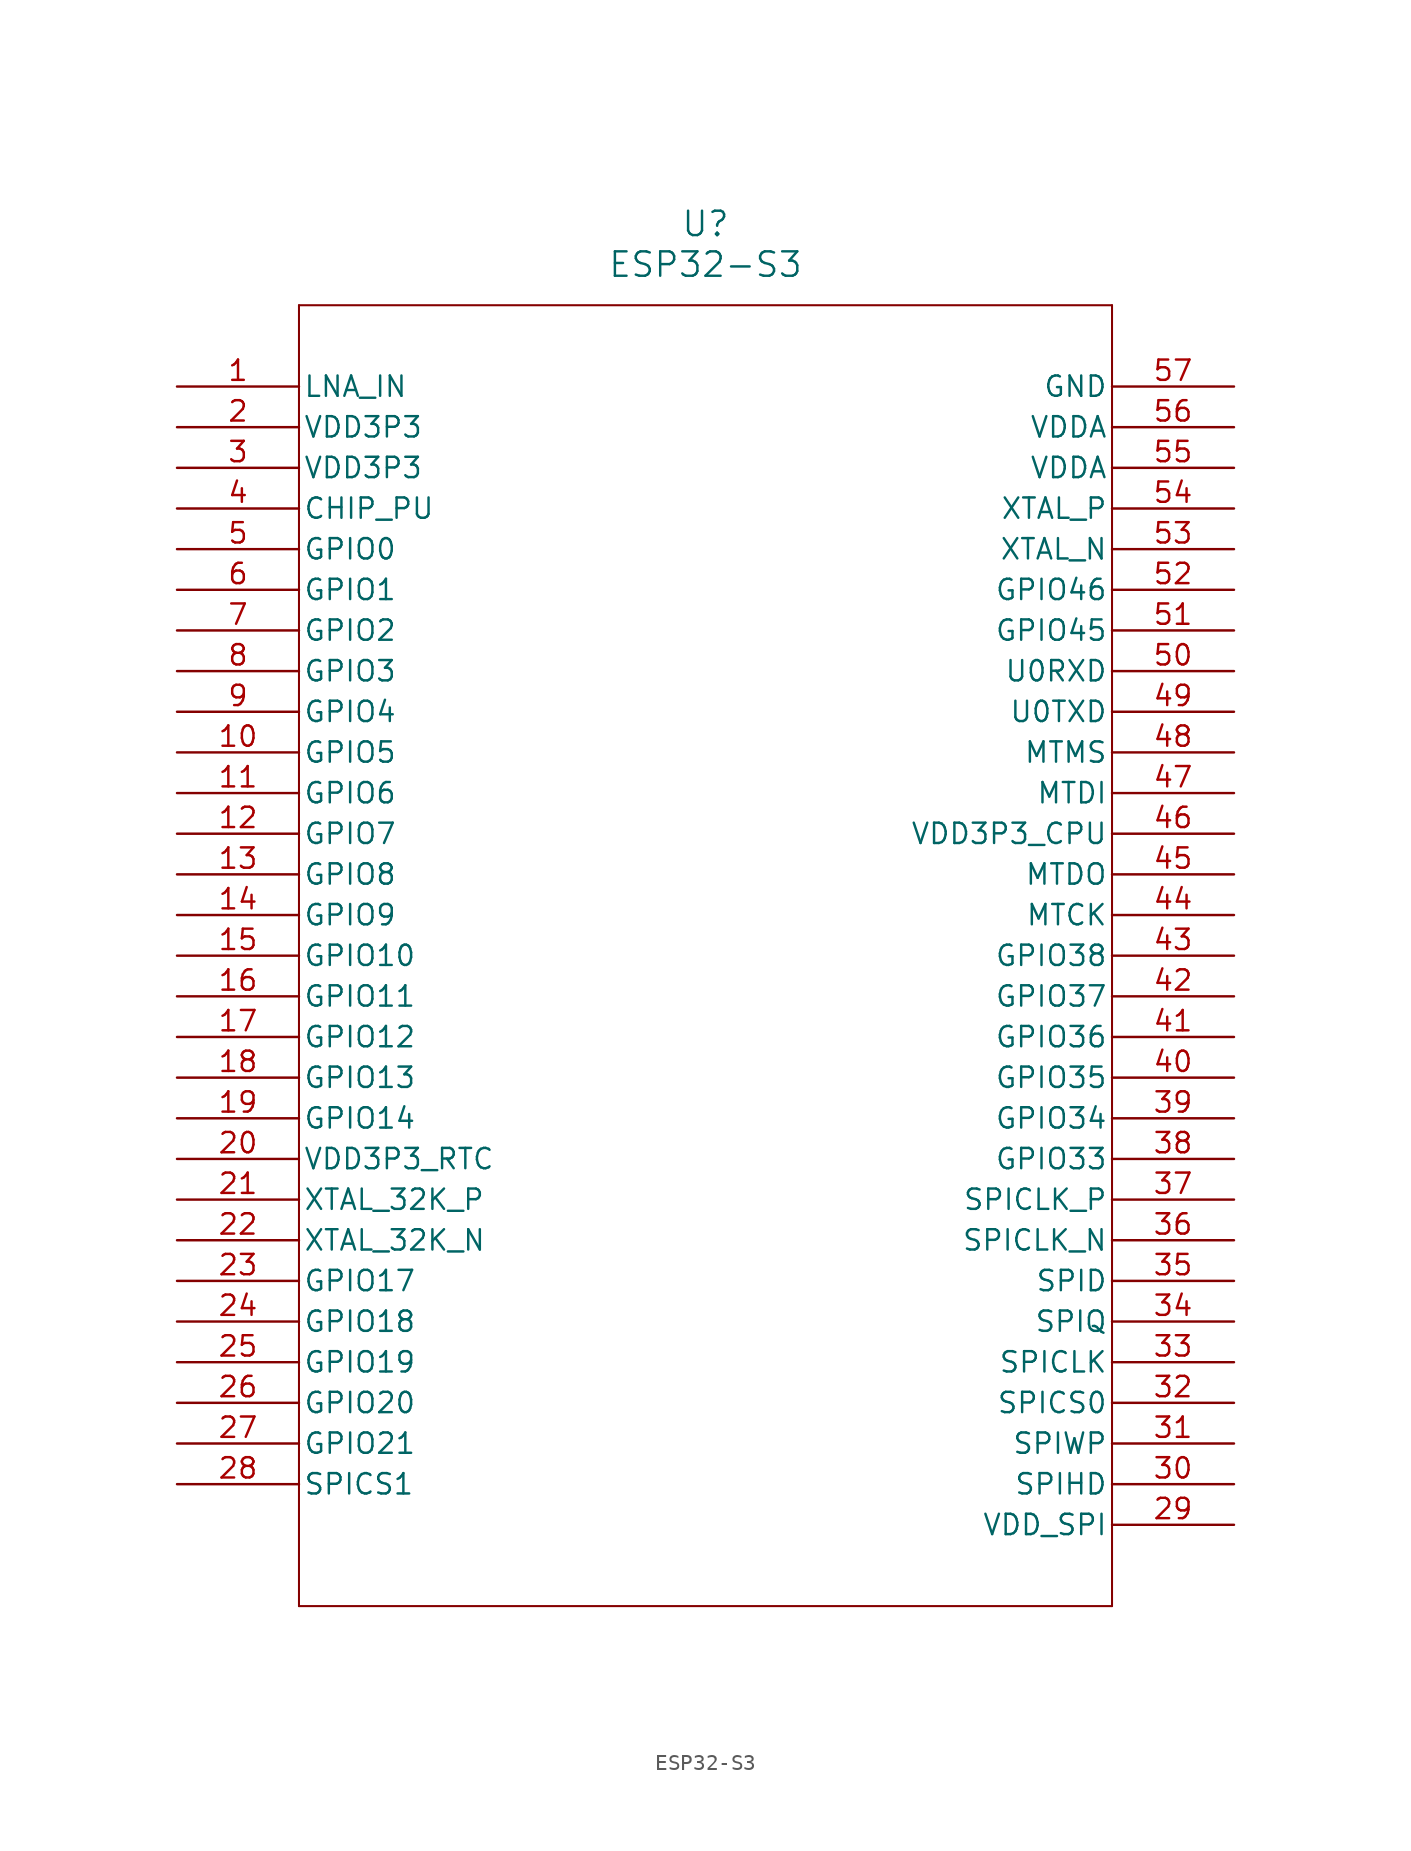
<source format=kicad_sym>
(kicad_symbol_lib
  (version 20211014)
  (generator kicad_symbol_editor)
  (symbol "ESP32-S3"
    (pin_names
      (offset 0.254))
    (property "Reference" "U"
      (at 33.02 10.16 0)
      (effects (font (size 1.524 1.524))))
    (property "Value" "ESP32-S3"
      (at 33.02 7.62 0)
      (effects (font (size 1.524 1.524))))
    (symbol "ESP32-S3_0_1"
      (polyline (pts (xy 7.62 5.08) (xy 7.62 -76.2)) (stroke (width 0.127) (type default) (color 0 0 0 0)) (fill (type none)))
      (polyline (pts (xy 7.62 -76.2) (xy 58.42 -76.2)) (stroke (width 0.127) (type default) (color 0 0 0 0)) (fill (type none)))
      (polyline (pts (xy 58.42 -76.2) (xy 58.42 5.08)) (stroke (width 0.127) (type default) (color 0 0 0 0)) (fill (type none)))
      (polyline (pts (xy 58.42 5.08) (xy 7.62 5.08)) (stroke (width 0.127) (type default) (color 0 0 0 0)) (fill (type none)))
      (pin bidirectional line (at 0 0 0) (length 7.62) (name "LNA_IN" (effects (font (size 1.27 1.27)))) (number "1" (effects (font (size 1.27 1.27)))))
      (pin power_in line (at 0 -2.54 0) (length 7.62) (name "VDD3P3" (effects (font (size 1.27 1.27)))) (number "2" (effects (font (size 1.27 1.27)))))
      (pin power_in line (at 0 -5.08 0) (length 7.62) (name "VDD3P3" (effects (font (size 1.27 1.27)))) (number "3" (effects (font (size 1.27 1.27)))))
      (pin input line (at 0 -7.62 0) (length 7.62) (name "CHIP_PU" (effects (font (size 1.27 1.27)))) (number "4" (effects (font (size 1.27 1.27)))))
      (pin bidirectional line (at 0 -10.16 0) (length 7.62) (name "GPIO0" (effects (font (size 1.27 1.27)))) (number "5" (effects (font (size 1.27 1.27)))))
      (pin bidirectional line (at 0 -12.7 0) (length 7.62) (name "GPIO1" (effects (font (size 1.27 1.27)))) (number "6" (effects (font (size 1.27 1.27)))))
      (pin bidirectional line (at 0 -15.24 0) (length 7.62) (name "GPIO2" (effects (font (size 1.27 1.27)))) (number "7" (effects (font (size 1.27 1.27)))))
      (pin bidirectional line (at 0 -17.78 0) (length 7.62) (name "GPIO3" (effects (font (size 1.27 1.27)))) (number "8" (effects (font (size 1.27 1.27)))))
      (pin bidirectional line (at 0 -20.32 0) (length 7.62) (name "GPIO4" (effects (font (size 1.27 1.27)))) (number "9" (effects (font (size 1.27 1.27)))))
      (pin bidirectional line (at 0 -22.86 0) (length 7.62) (name "GPIO5" (effects (font (size 1.27 1.27)))) (number "10" (effects (font (size 1.27 1.27)))))
      (pin bidirectional line (at 0 -25.4 0) (length 7.62) (name "GPIO6" (effects (font (size 1.27 1.27)))) (number "11" (effects (font (size 1.27 1.27)))))
      (pin bidirectional line (at 0 -27.94 0) (length 7.62) (name "GPIO7" (effects (font (size 1.27 1.27)))) (number "12" (effects (font (size 1.27 1.27)))))
      (pin bidirectional line (at 0 -30.48 0) (length 7.62) (name "GPIO8" (effects (font (size 1.27 1.27)))) (number "13" (effects (font (size 1.27 1.27)))))
      (pin bidirectional line (at 0 -33.02 0) (length 7.62) (name "GPIO9" (effects (font (size 1.27 1.27)))) (number "14" (effects (font (size 1.27 1.27)))))
      (pin bidirectional line (at 0 -35.56 0) (length 7.62) (name "GPIO10" (effects (font (size 1.27 1.27)))) (number "15" (effects (font (size 1.27 1.27)))))
      (pin bidirectional line (at 0 -38.1 0) (length 7.62) (name "GPIO11" (effects (font (size 1.27 1.27)))) (number "16" (effects (font (size 1.27 1.27)))))
      (pin bidirectional line (at 0 -40.64 0) (length 7.62) (name "GPIO12" (effects (font (size 1.27 1.27)))) (number "17" (effects (font (size 1.27 1.27)))))
      (pin bidirectional line (at 0 -43.18 0) (length 7.62) (name "GPIO13" (effects (font (size 1.27 1.27)))) (number "18" (effects (font (size 1.27 1.27)))))
      (pin bidirectional line (at 0 -45.72 0) (length 7.62) (name "GPIO14" (effects (font (size 1.27 1.27)))) (number "19" (effects (font (size 1.27 1.27)))))
      (pin power_in line (at 0 -48.26 0) (length 7.62) (name "VDD3P3_RTC" (effects (font (size 1.27 1.27)))) (number "20" (effects (font (size 1.27 1.27)))))
      (pin bidirectional line (at 0 -50.8 0) (length 7.62) (name "XTAL_32K_P" (effects (font (size 1.27 1.27)))) (number "21" (effects (font (size 1.27 1.27)))))
      (pin bidirectional line (at 0 -53.34 0) (length 7.62) (name "XTAL_32K_N" (effects (font (size 1.27 1.27)))) (number "22" (effects (font (size 1.27 1.27)))))
      (pin bidirectional line (at 0 -55.88 0) (length 7.62) (name "GPIO17" (effects (font (size 1.27 1.27)))) (number "23" (effects (font (size 1.27 1.27)))))
      (pin bidirectional line (at 0 -58.42 0) (length 7.62) (name "GPIO18" (effects (font (size 1.27 1.27)))) (number "24" (effects (font (size 1.27 1.27)))))
      (pin bidirectional line (at 0 -60.96 0) (length 7.62) (name "GPIO19" (effects (font (size 1.27 1.27)))) (number "25" (effects (font (size 1.27 1.27)))))
      (pin bidirectional line (at 0 -63.5 0) (length 7.62) (name "GPIO20" (effects (font (size 1.27 1.27)))) (number "26" (effects (font (size 1.27 1.27)))))
      (pin bidirectional line (at 0 -66.04 0) (length 7.62) (name "GPIO21" (effects (font (size 1.27 1.27)))) (number "27" (effects (font (size 1.27 1.27)))))
      (pin bidirectional line (at 0 -68.58 0) (length 7.62) (name "SPICS1" (effects (font (size 1.27 1.27)))) (number "28" (effects (font (size 1.27 1.27)))))
      (pin power_in line (at 66.04 -71.12 180) (length 7.62) (name "VDD_SPI" (effects (font (size 1.27 1.27)))) (number "29" (effects (font (size 1.27 1.27)))))
      (pin bidirectional line (at 66.04 -68.58 180) (length 7.62) (name "SPIHD" (effects (font (size 1.27 1.27)))) (number "30" (effects (font (size 1.27 1.27)))))
      (pin bidirectional line (at 66.04 -66.04 180) (length 7.62) (name "SPIWP" (effects (font (size 1.27 1.27)))) (number "31" (effects (font (size 1.27 1.27)))))
      (pin bidirectional line (at 66.04 -63.5 180) (length 7.62) (name "SPICS0" (effects (font (size 1.27 1.27)))) (number "32" (effects (font (size 1.27 1.27)))))
      (pin bidirectional line (at 66.04 -60.96 180) (length 7.62) (name "SPICLK" (effects (font (size 1.27 1.27)))) (number "33" (effects (font (size 1.27 1.27)))))
      (pin bidirectional line (at 66.04 -58.42 180) (length 7.62) (name "SPIQ" (effects (font (size 1.27 1.27)))) (number "34" (effects (font (size 1.27 1.27)))))
      (pin bidirectional line (at 66.04 -55.88 180) (length 7.62) (name "SPID" (effects (font (size 1.27 1.27)))) (number "35" (effects (font (size 1.27 1.27)))))
      (pin bidirectional line (at 66.04 -53.34 180) (length 7.62) (name "SPICLK_N" (effects (font (size 1.27 1.27)))) (number "36" (effects (font (size 1.27 1.27)))))
      (pin bidirectional line (at 66.04 -50.8 180) (length 7.62) (name "SPICLK_P" (effects (font (size 1.27 1.27)))) (number "37" (effects (font (size 1.27 1.27)))))
      (pin bidirectional line (at 66.04 -48.26 180) (length 7.62) (name "GPIO33" (effects (font (size 1.27 1.27)))) (number "38" (effects (font (size 1.27 1.27)))))
      (pin bidirectional line (at 66.04 -45.72 180) (length 7.62) (name "GPIO34" (effects (font (size 1.27 1.27)))) (number "39" (effects (font (size 1.27 1.27)))))
      (pin bidirectional line (at 66.04 -43.18 180) (length 7.62) (name "GPIO35" (effects (font (size 1.27 1.27)))) (number "40" (effects (font (size 1.27 1.27)))))
      (pin bidirectional line (at 66.04 -40.64 180) (length 7.62) (name "GPIO36" (effects (font (size 1.27 1.27)))) (number "41" (effects (font (size 1.27 1.27)))))
      (pin bidirectional line (at 66.04 -38.1 180) (length 7.62) (name "GPIO37" (effects (font (size 1.27 1.27)))) (number "42" (effects (font (size 1.27 1.27)))))
      (pin bidirectional line (at 66.04 -35.56 180) (length 7.62) (name "GPIO38" (effects (font (size 1.27 1.27)))) (number "43" (effects (font (size 1.27 1.27)))))
      (pin bidirectional line (at 66.04 -33.02 180) (length 7.62) (name "MTCK" (effects (font (size 1.27 1.27)))) (number "44" (effects (font (size 1.27 1.27)))))
      (pin bidirectional line (at 66.04 -30.48 180) (length 7.62) (name "MTDO" (effects (font (size 1.27 1.27)))) (number "45" (effects (font (size 1.27 1.27)))))
      (pin power_in line (at 66.04 -27.94 180) (length 7.62) (name "VDD3P3_CPU" (effects (font (size 1.27 1.27)))) (number "46" (effects (font (size 1.27 1.27)))))
      (pin bidirectional line (at 66.04 -25.4 180) (length 7.62) (name "MTDI" (effects (font (size 1.27 1.27)))) (number "47" (effects (font (size 1.27 1.27)))))
      (pin bidirectional line (at 66.04 -22.86 180) (length 7.62) (name "MTMS" (effects (font (size 1.27 1.27)))) (number "48" (effects (font (size 1.27 1.27)))))
      (pin bidirectional line (at 66.04 -20.32 180) (length 7.62) (name "U0TXD" (effects (font (size 1.27 1.27)))) (number "49" (effects (font (size 1.27 1.27)))))
      (pin bidirectional line (at 66.04 -17.78 180) (length 7.62) (name "U0RXD" (effects (font (size 1.27 1.27)))) (number "50" (effects (font (size 1.27 1.27)))))
      (pin bidirectional line (at 66.04 -15.24 180) (length 7.62) (name "GPIO45" (effects (font (size 1.27 1.27)))) (number "51" (effects (font (size 1.27 1.27)))))
      (pin bidirectional line (at 66.04 -12.7 180) (length 7.62) (name "GPIO46" (effects (font (size 1.27 1.27)))) (number "52" (effects (font (size 1.27 1.27)))))
      (pin output line (at 66.04 -10.16 180) (length 7.62) (name "XTAL_N" (effects (font (size 1.27 1.27)))) (number "53" (effects (font (size 1.27 1.27)))))
      (pin input line (at 66.04 -7.62 180) (length 7.62) (name "XTAL_P" (effects (font (size 1.27 1.27)))) (number "54" (effects (font (size 1.27 1.27)))))
      (pin power_in line (at 66.04 -5.08 180) (length 7.62) (name "VDDA" (effects (font (size 1.27 1.27)))) (number "55" (effects (font (size 1.27 1.27)))))
      (pin power_in line (at 66.04 -2.54 180) (length 7.62) (name "VDDA" (effects (font (size 1.27 1.27)))) (number "56" (effects (font (size 1.27 1.27)))))
      (pin power_out line (at 66.04 0 180) (length 7.62) (name "GND" (effects (font (size 1.27 1.27)))) (number "57" (effects (font (size 1.27 1.27))))))))
</source>
